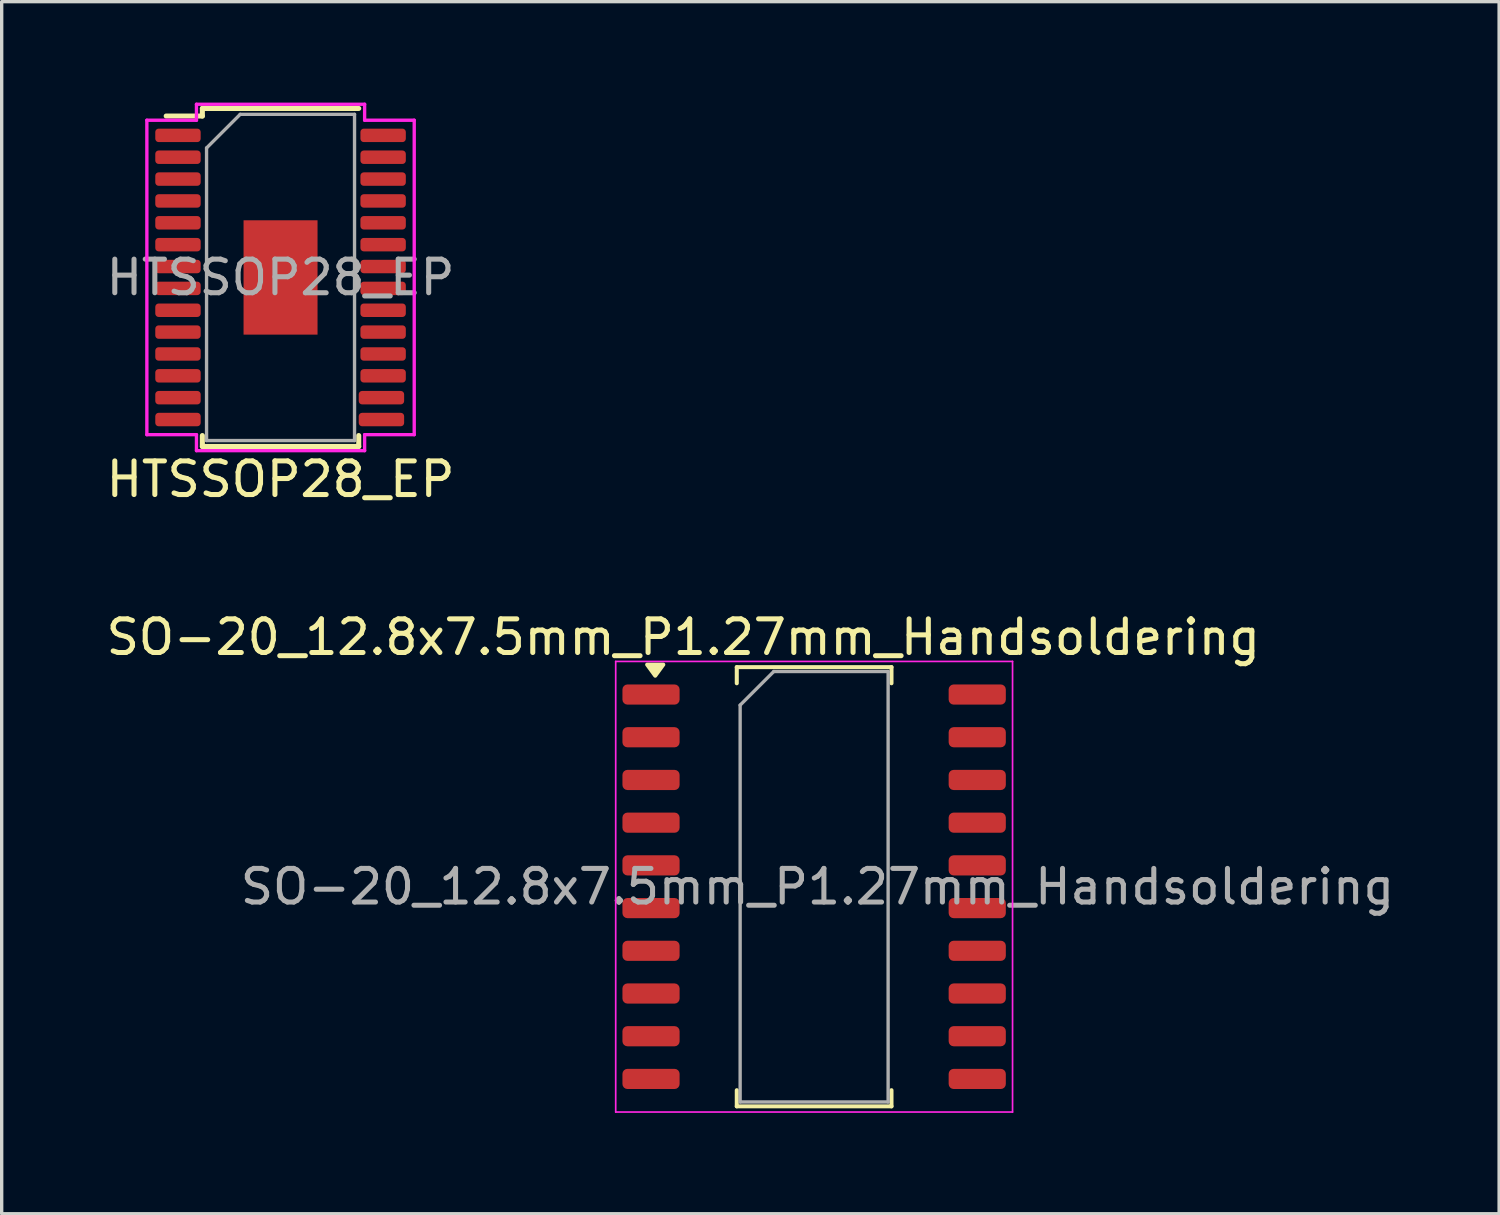
<source format=kicad_pcb>
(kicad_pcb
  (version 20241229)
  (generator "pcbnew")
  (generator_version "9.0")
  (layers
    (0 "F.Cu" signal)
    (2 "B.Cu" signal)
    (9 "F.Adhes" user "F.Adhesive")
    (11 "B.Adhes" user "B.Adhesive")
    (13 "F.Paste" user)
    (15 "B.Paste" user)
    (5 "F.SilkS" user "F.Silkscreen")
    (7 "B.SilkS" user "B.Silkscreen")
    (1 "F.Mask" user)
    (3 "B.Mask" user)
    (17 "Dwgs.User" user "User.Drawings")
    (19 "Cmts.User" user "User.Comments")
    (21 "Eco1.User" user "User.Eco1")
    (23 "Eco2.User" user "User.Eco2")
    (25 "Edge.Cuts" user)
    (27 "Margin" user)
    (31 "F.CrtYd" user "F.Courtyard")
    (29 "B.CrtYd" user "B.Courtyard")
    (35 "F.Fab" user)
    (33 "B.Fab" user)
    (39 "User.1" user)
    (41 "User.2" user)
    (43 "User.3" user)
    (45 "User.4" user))
  (footprint "SO-20_12.8x7.5mm_P1.27mm_Handsoldering"
    (layer "F.Cu")
    (at 21.158 23.317)
    (property "Reference" "SO-20_12.8x7.5mm_P1.27mm_Handsoldering" (at -3.89 -7.42 0) (layer "F.SilkS") (effects (font (size 1 1) (thickness 0.15))))
    (attr smd)
    (fp_line (start -2.3 -6.53) (end 2.3 -6.53) (stroke (width 0.12) (type solid)) (layer "F.SilkS"))
    (fp_line (start -2.3 -6.05) (end -2.3 -6.53) (stroke (width 0.12) (type solid)) (layer "F.SilkS"))
    (fp_line (start -2.3 6.53) (end -2.3 6.05) (stroke (width 0.12) (type solid)) (layer "F.SilkS"))
    (fp_line (start -2.3 6.53) (end 2.3 6.53) (stroke (width 0.12) (type solid)) (layer "F.SilkS"))
    (fp_line (start 2.3 -6.05) (end 2.3 -6.53) (stroke (width 0.12) (type solid)) (layer "F.SilkS"))
    (fp_line (start 2.3 6.05) (end 2.3 6.53) (stroke (width 0.12) (type solid)) (layer "F.SilkS"))
    (fp_poly (pts (xy -4.725 -6.275) (xy -4.965 -6.605) (xy -4.485 -6.605) (xy -4.725 -6.275)) (stroke (width 0.12) (type solid)) (fill yes) (layer "F.SilkS"))
    (fp_line (start -5.9 -6.7) (end 5.9 -6.7) (stroke (width 0.05) (type solid)) (layer "F.CrtYd"))
    (fp_line (start -5.9 6.7) (end -5.9 -6.7) (stroke (width 0.05) (type solid)) (layer "F.CrtYd"))
    (fp_line (start 5.9 -6.7) (end 5.9 6.7) (stroke (width 0.05) (type solid)) (layer "F.CrtYd"))
    (fp_line (start 5.9 6.7) (end -5.9 6.7) (stroke (width 0.05) (type solid)) (layer "F.CrtYd"))
    (fp_line (start -2.2 -5.4) (end -1.2 -6.4) (stroke (width 0.1) (type solid)) (layer "F.Fab"))
    (fp_line (start -2.2 6.4) (end -2.2 -5.4) (stroke (width 0.1) (type solid)) (layer "F.Fab"))
    (fp_line (start -1.2 -6.4) (end 2.2 -6.4) (stroke (width 0.1) (type solid)) (layer "F.Fab"))
    (fp_line (start 2.2 -6.4) (end 2.2 6.4) (stroke (width 0.1) (type solid)) (layer "F.Fab"))
    (fp_line (start 2.2 6.4) (end -2.2 6.4) (stroke (width 0.1) (type solid)) (layer "F.Fab"))
    (fp_text user "${REFERENCE}" (at 0.1 0 0) (layer "F.Fab") (effects (font (size 1 1) (thickness 0.15))))
    (pad "1" smd roundrect (at -4.85 -5.715) (size 1.7 0.6) (layers "F.Cu" "F.Mask" "F.Paste") (roundrect_rratio 0.25))
    (pad "2" smd roundrect (at -4.85 -4.445) (size 1.7 0.6) (layers "F.Cu" "F.Mask" "F.Paste") (roundrect_rratio 0.25))
    (pad "3" smd roundrect (at -4.85 -3.175) (size 1.7 0.6) (layers "F.Cu" "F.Mask" "F.Paste") (roundrect_rratio 0.25))
    (pad "4" smd roundrect (at -4.85 -1.905) (size 1.7 0.6) (layers "F.Cu" "F.Mask" "F.Paste") (roundrect_rratio 0.25))
    (pad "5" smd roundrect (at -4.85 -0.635) (size 1.7 0.6) (layers "F.Cu" "F.Mask" "F.Paste") (roundrect_rratio 0.25))
    (pad "6" smd roundrect (at -4.85 0.635) (size 1.7 0.6) (layers "F.Cu" "F.Mask" "F.Paste") (roundrect_rratio 0.25))
    (pad "7" smd roundrect (at -4.85 1.905) (size 1.7 0.6) (layers "F.Cu" "F.Mask" "F.Paste") (roundrect_rratio 0.25))
    (pad "8" smd roundrect (at -4.85 3.175) (size 1.7 0.6) (layers "F.Cu" "F.Mask" "F.Paste") (roundrect_rratio 0.25))
    (pad "9" smd roundrect (at -4.85 4.445) (size 1.7 0.6) (layers "F.Cu" "F.Mask" "F.Paste") (roundrect_rratio 0.25))
    (pad "10" smd roundrect (at -4.85 5.715) (size 1.7 0.6) (layers "F.Cu" "F.Mask" "F.Paste") (roundrect_rratio 0.25))
    (pad "11" smd roundrect (at 4.85 5.715) (size 1.7 0.6) (layers "F.Cu" "F.Mask" "F.Paste") (roundrect_rratio 0.25))
    (pad "12" smd roundrect (at 4.85 4.445) (size 1.7 0.6) (layers "F.Cu" "F.Mask" "F.Paste") (roundrect_rratio 0.25))
    (pad "13" smd roundrect (at 4.85 3.175) (size 1.7 0.6) (layers "F.Cu" "F.Mask" "F.Paste") (roundrect_rratio 0.25))
    (pad "14" smd roundrect (at 4.85 1.905) (size 1.7 0.6) (layers "F.Cu" "F.Mask" "F.Paste") (roundrect_rratio 0.25))
    (pad "15" smd roundrect (at 4.85 0.635) (size 1.7 0.6) (layers "F.Cu" "F.Mask" "F.Paste") (roundrect_rratio 0.25))
    (pad "16" smd roundrect (at 4.85 -0.635) (size 1.7 0.6) (layers "F.Cu" "F.Mask" "F.Paste") (roundrect_rratio 0.25))
    (pad "17" smd roundrect (at 4.85 -1.905) (size 1.7 0.6) (layers "F.Cu" "F.Mask" "F.Paste") (roundrect_rratio 0.25))
    (pad "18" smd roundrect (at 4.85 -3.175) (size 1.7 0.6) (layers "F.Cu" "F.Mask" "F.Paste") (roundrect_rratio 0.25))
    (pad "19" smd roundrect (at 4.85 -4.445) (size 1.7 0.6) (layers "F.Cu" "F.Mask" "F.Paste") (roundrect_rratio 0.25))
    (pad "20" smd roundrect (at 4.85 -5.715) (size 1.7 0.6) (layers "F.Cu" "F.Mask" "F.Paste") (roundrect_rratio 0.25)))
  (footprint "HTSSOP28_EP"
    (layer "F.Cu")
    (at 5.292 5.2)
    (property "Reference" "HTSSOP28_EP" (at 0 6 0) (layer "F.SilkS") (effects (font (size 1 1) (thickness 0.15))))
    (attr through_hole)
    (fp_line (start -2.325 -5.025) (end -2.325 -4.8) (stroke (width 0.15) (type solid)) (layer "F.SilkS"))
    (fp_line (start -2.325 -5.025) (end 2.325 -5.025) (stroke (width 0.15) (type solid)) (layer "F.SilkS"))
    (fp_line (start -2.325 -4.8) (end -3.4 -4.8) (stroke (width 0.15) (type solid)) (layer "F.SilkS"))
    (fp_line (start -2.325 5.026) (end -2.325 4.701) (stroke (width 0.15) (type solid)) (layer "F.SilkS"))
    (fp_line (start -2.325 5.026) (end 2.325 5.026) (stroke (width 0.15) (type solid)) (layer "F.SilkS"))
    (fp_line (start 2.325 5.026) (end 2.325 4.701) (stroke (width 0.15) (type solid)) (layer "F.SilkS"))
    (fp_line (start -3.975 -4.675) (end -3.975 4.675) (stroke (width 0.1) (type solid)) (layer "F.CrtYd"))
    (fp_line (start -3.975 4.675) (end -2.5 4.675) (stroke (width 0.1) (type solid)) (layer "F.CrtYd"))
    (fp_line (start -2.5 -4.675) (end -3.975 -4.675) (stroke (width 0.1) (type solid)) (layer "F.CrtYd"))
    (fp_line (start -2.5 -4.675) (end -2.5 -5.15) (stroke (width 0.1) (type solid)) (layer "F.CrtYd"))
    (fp_line (start -2.5 4.675) (end -2.5 5.15) (stroke (width 0.1) (type solid)) (layer "F.CrtYd"))
    (fp_line (start -2.5 5.15) (end 2.5 5.15) (stroke (width 0.1) (type solid)) (layer "F.CrtYd"))
    (fp_line (start 2.5 -5.15) (end -2.5 -5.15) (stroke (width 0.1) (type solid)) (layer "F.CrtYd"))
    (fp_line (start 2.5 -4.675) (end 2.5 -5.15) (stroke (width 0.1) (type solid)) (layer "F.CrtYd"))
    (fp_line (start 2.5 4.675) (end 2.5 5.15) (stroke (width 0.1) (type solid)) (layer "F.CrtYd"))
    (fp_line (start 2.5 4.675) (end 3.975 4.675) (stroke (width 0.1) (type solid)) (layer "F.CrtYd"))
    (fp_line (start 3.975 -4.675) (end 2.5 -4.675) (stroke (width 0.1) (type solid)) (layer "F.CrtYd"))
    (fp_line (start 3.975 4.675) (end 3.975 -4.675) (stroke (width 0.1) (type solid)) (layer "F.CrtYd"))
    (fp_line (start -2.2 -3.85) (end -1.2 -4.85) (stroke (width 0.1) (type solid)) (layer "F.Fab"))
    (fp_line (start -2.2 4.85) (end -2.2 -3.85) (stroke (width 0.1) (type solid)) (layer "F.Fab"))
    (fp_line (start -1.2 -4.85) (end 2.2 -4.85) (stroke (width 0.1) (type solid)) (layer "F.Fab"))
    (fp_line (start 2.2 -4.85) (end 2.2 4.85) (stroke (width 0.1) (type solid)) (layer "F.Fab"))
    (fp_line (start 2.2 4.85) (end -2.2 4.85) (stroke (width 0.1) (type solid)) (layer "F.Fab"))
    (fp_text user "${REFERENCE}" (at 0 0 0) (layer "F.Fab") (effects (font (size 1 1) (thickness 0.15))))
    (pad "" smd rect (at -0.7 -1.23) (size 0.6 0.7) (layers "F.Paste"))
    (pad "" smd rect (at -0.7 -0.41) (size 0.6 0.7) (layers "F.Paste"))
    (pad "" smd rect (at -0.7 0.41) (size 0.6 0.7) (layers "F.Paste"))
    (pad "" smd rect (at -0.7 1.23) (size 0.6 0.7) (layers "F.Paste"))
    (pad "" smd rect (at 0 -1.23) (size 0.6 0.7) (layers "F.Paste"))
    (pad "" smd rect (at 0 -0.41) (size 0.6 0.7) (layers "F.Paste"))
    (pad "" smd rect (at 0 0.41) (size 0.6 0.7) (layers "F.Paste"))
    (pad "" smd rect (at 0 1.23) (size 0.6 0.7) (layers "F.Paste"))
    (pad "" smd rect (at 0.7 -1.23) (size 0.6 0.7) (layers "F.Paste"))
    (pad "" smd rect (at 0.7 -0.41) (size 0.6 0.7) (layers "F.Paste"))
    (pad "" smd rect (at 0.7 0.41) (size 0.6 0.7) (layers "F.Paste"))
    (pad "" smd rect (at 0.7 1.23) (size 0.6 0.7) (layers "F.Paste"))
    (pad "1" smd roundrect (at -3.05 -4.225) (size 1.35 0.4) (layers "F.Cu" "F.Mask" "F.Paste") (roundrect_rratio 0.25))
    (pad "2" smd roundrect (at -3.05 -3.575) (size 1.35 0.4) (layers "F.Cu" "F.Mask" "F.Paste") (roundrect_rratio 0.25))
    (pad "3" smd roundrect (at -3.05 -2.925) (size 1.35 0.4) (layers "F.Cu" "F.Mask" "F.Paste") (roundrect_rratio 0.25))
    (pad "4" smd roundrect (at -3.05 -2.275) (size 1.35 0.4) (layers "F.Cu" "F.Mask" "F.Paste") (roundrect_rratio 0.25))
    (pad "5" smd roundrect (at -3.05 -1.625) (size 1.35 0.4) (layers "F.Cu" "F.Mask" "F.Paste") (roundrect_rratio 0.25))
    (pad "6" smd roundrect (at -3.05 -0.975) (size 1.35 0.4) (layers "F.Cu" "F.Mask" "F.Paste") (roundrect_rratio 0.25))
    (pad "7" smd roundrect (at -3.05 -0.325) (size 1.35 0.4) (layers "F.Cu" "F.Mask" "F.Paste") (roundrect_rratio 0.25))
    (pad "8" smd roundrect (at -3.05 0.325) (size 1.35 0.4) (layers "F.Cu" "F.Mask" "F.Paste") (roundrect_rratio 0.25))
    (pad "9" smd roundrect (at -3.05 0.975) (size 1.35 0.4) (layers "F.Cu" "F.Mask" "F.Paste") (roundrect_rratio 0.25))
    (pad "10" smd roundrect (at -3.05 1.625) (size 1.35 0.4) (layers "F.Cu" "F.Mask" "F.Paste") (roundrect_rratio 0.25))
    (pad "11" smd roundrect (at -3.05 2.275) (size 1.35 0.4) (layers "F.Cu" "F.Mask" "F.Paste") (roundrect_rratio 0.25))
    (pad "12" smd roundrect (at -3.05 2.925) (size 1.35 0.4) (layers "F.Cu" "F.Mask" "F.Paste") (roundrect_rratio 0.25))
    (pad "13" smd roundrect (at -3.05 3.575) (size 1.35 0.4) (layers "F.Cu" "F.Mask" "F.Paste") (roundrect_rratio 0.25))
    (pad "14" smd roundrect (at -3.05 4.225) (size 1.35 0.4) (layers "F.Cu" "F.Mask" "F.Paste") (roundrect_rratio 0.25))
    (pad "15" smd roundrect (at 3 4.225) (size 1.35 0.4) (layers "F.Cu" "F.Mask" "F.Paste") (roundrect_rratio 0.25))
    (pad "16" smd roundrect (at 3 3.575) (size 1.35 0.4) (layers "F.Cu" "F.Mask" "F.Paste") (roundrect_rratio 0.25))
    (pad "17" smd roundrect (at 3.05 2.925) (size 1.35 0.4) (layers "F.Cu" "F.Mask" "F.Paste") (roundrect_rratio 0.25))
    (pad "18" smd roundrect (at 3.05 2.275) (size 1.35 0.4) (layers "F.Cu" "F.Mask" "F.Paste") (roundrect_rratio 0.25))
    (pad "19" smd roundrect (at 3.05 1.625) (size 1.35 0.4) (layers "F.Cu" "F.Mask" "F.Paste") (roundrect_rratio 0.25))
    (pad "20" smd roundrect (at 3.05 0.975) (size 1.35 0.4) (layers "F.Cu" "F.Mask" "F.Paste") (roundrect_rratio 0.25))
    (pad "21" smd roundrect (at 3.05 0.325) (size 1.35 0.4) (layers "F.Cu" "F.Mask" "F.Paste") (roundrect_rratio 0.25))
    (pad "22" smd roundrect (at 3.05 -0.325) (size 1.35 0.4) (layers "F.Cu" "F.Mask" "F.Paste") (roundrect_rratio 0.25))
    (pad "23" smd roundrect (at 3.05 -0.975) (size 1.35 0.4) (layers "F.Cu" "F.Mask" "F.Paste") (roundrect_rratio 0.25))
    (pad "24" smd roundrect (at 3.05 -1.625) (size 1.35 0.4) (layers "F.Cu" "F.Mask" "F.Paste") (roundrect_rratio 0.25))
    (pad "25" smd roundrect (at 3.05 -2.275) (size 1.35 0.4) (layers "F.Cu" "F.Mask" "F.Paste") (roundrect_rratio 0.25))
    (pad "26" smd roundrect (at 3.05 -2.925) (size 1.35 0.4) (layers "F.Cu" "F.Mask" "F.Paste") (roundrect_rratio 0.25))
    (pad "27" smd roundrect (at 3.05 -3.575) (size 1.35 0.4) (layers "F.Cu" "F.Mask" "F.Paste") (roundrect_rratio 0.25))
    (pad "28" smd roundrect (at 3.05 -4.225) (size 1.35 0.4) (layers "F.Cu" "F.Mask" "F.Paste") (roundrect_rratio 0.25))
    (pad "TP" smd rect (at 0 0) (size 2.2 3.4) (layers "F.Cu" "F.Mask")))
  (gr_rect
    (start -3 -3)
    (end 41.526 33.041)
    (stroke (width 0.1) (type default))
    (fill no)
    (layer "Edge.Cuts")))
</source>
